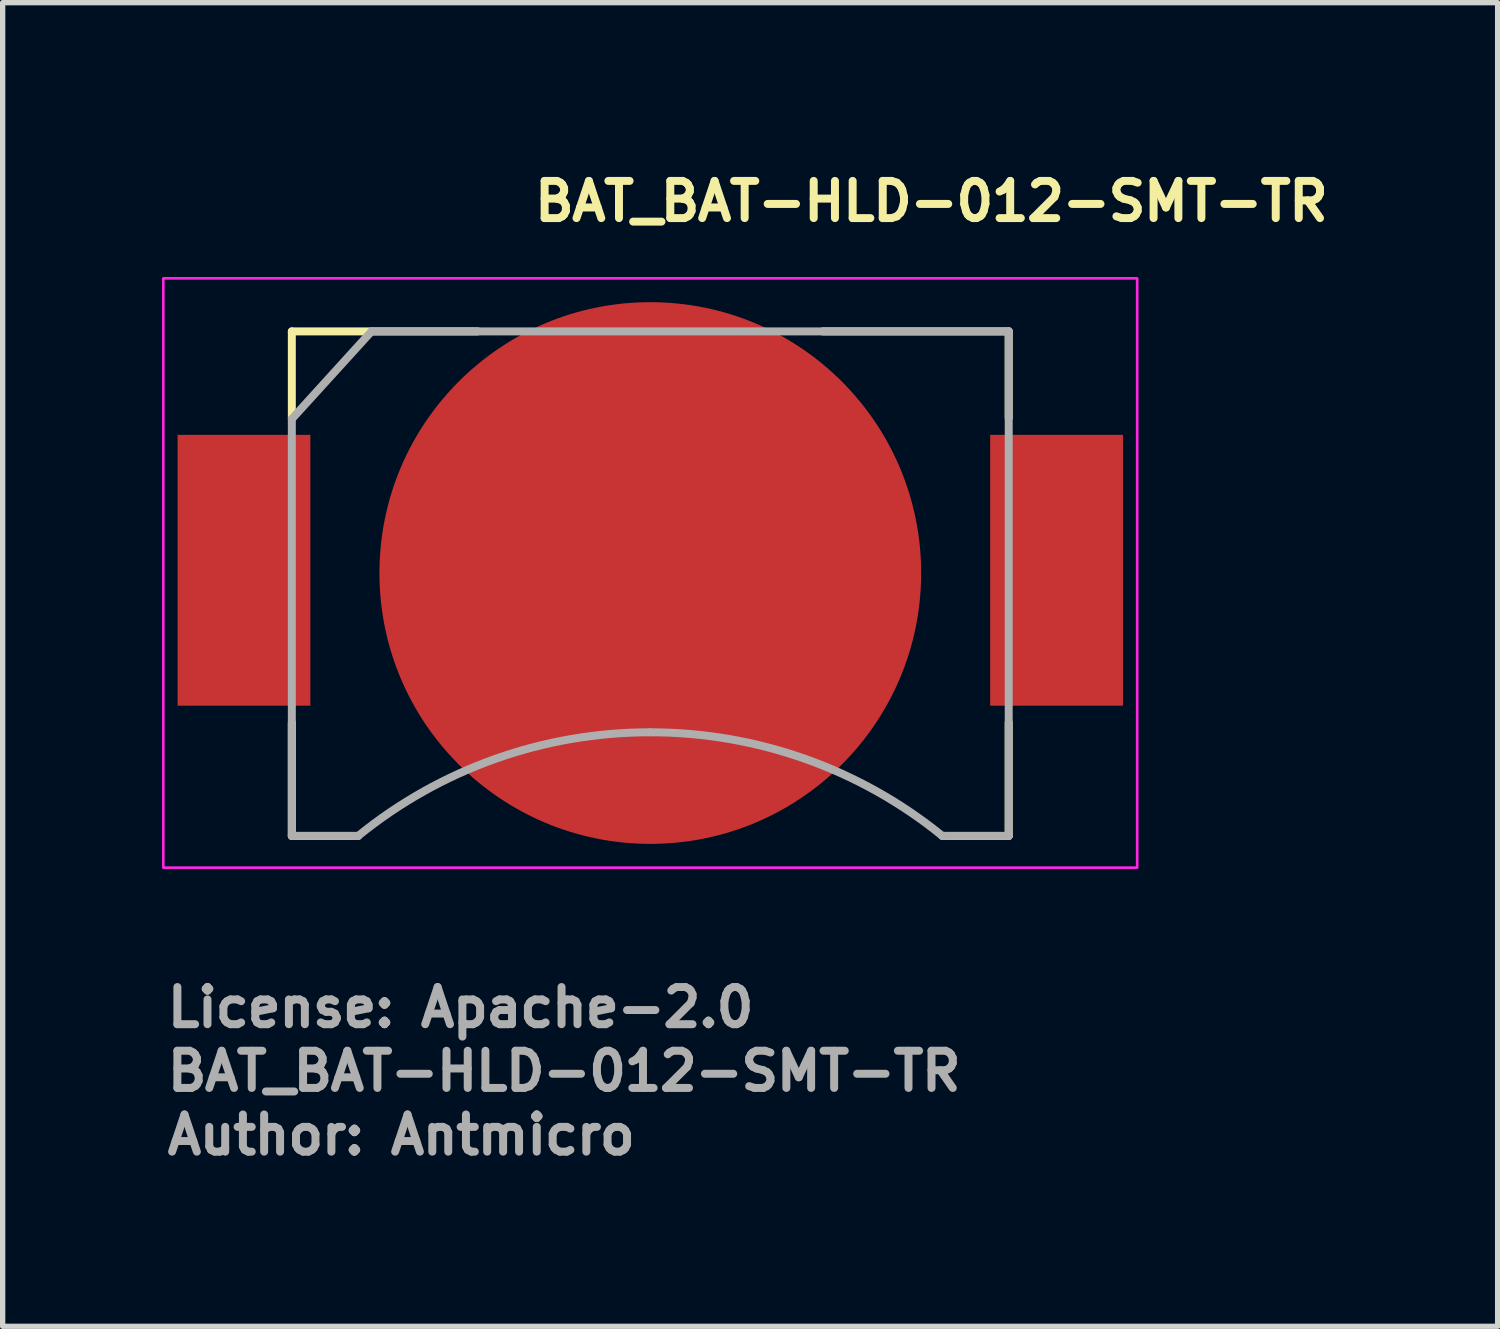
<source format=kicad_pcb>
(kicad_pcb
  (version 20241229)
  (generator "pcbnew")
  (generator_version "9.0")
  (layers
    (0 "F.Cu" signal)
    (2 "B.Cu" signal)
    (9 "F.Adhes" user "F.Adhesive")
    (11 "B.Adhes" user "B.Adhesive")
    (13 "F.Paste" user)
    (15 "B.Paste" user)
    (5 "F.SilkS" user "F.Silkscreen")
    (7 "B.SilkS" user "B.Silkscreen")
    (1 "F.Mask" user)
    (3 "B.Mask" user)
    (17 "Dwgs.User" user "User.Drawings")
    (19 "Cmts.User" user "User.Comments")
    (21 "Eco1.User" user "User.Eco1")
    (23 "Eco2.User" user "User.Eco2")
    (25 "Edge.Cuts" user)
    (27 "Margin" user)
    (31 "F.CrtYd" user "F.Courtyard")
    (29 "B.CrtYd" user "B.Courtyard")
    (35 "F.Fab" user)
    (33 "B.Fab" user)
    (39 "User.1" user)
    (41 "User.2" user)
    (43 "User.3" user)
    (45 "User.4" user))
  (footprint "BAT_BAT-HLD-012-SMT-TR"
    (layer "F.Cu")
    (at 9.195 7.74)
    (property "Reference" "BAT_BAT-HLD-012-SMT-TR" (at -2.255 -6.59 0) (layer "F.SilkS") (effects (font (size 0.7 0.7) (thickness 0.15)) (justify left bottom)))
    (attr smd)
    (fp_line (start -6.75 -4.55) (end -3.25 -4.55) (stroke (width 0.15) (type solid)) (layer "F.SilkS"))
    (fp_line (start -6.75 -2.92) (end -6.75 -4.55) (stroke (width 0.15) (type solid)) (layer "F.SilkS"))
    (fp_line (start -6.75 2.818) (end -6.75 4.95) (stroke (width 0.15) (type solid)) (layer "F.SilkS"))
    (fp_line (start -6.75 4.95) (end -5.5 4.95) (stroke (width 0.15) (type solid)) (layer "F.SilkS"))
    (fp_line (start 3.249 -4.55) (end 6.749 -4.55) (stroke (width 0.15) (type solid)) (layer "F.SilkS"))
    (fp_line (start 5.499 4.95) (end 6.749 4.95) (stroke (width 0.15) (type solid)) (layer "F.SilkS"))
    (fp_line (start 6.749 -4.55) (end 6.749 -2.92) (stroke (width 0.15) (type solid)) (layer "F.SilkS"))
    (fp_line (start 6.749 4.95) (end 6.749 2.818) (stroke (width 0.15) (type solid)) (layer "F.SilkS"))
    (fp_rect (start -9.17 -5.549) (end 9.168 5.548) (stroke (width 0.05) (type solid)) (fill no) (layer "F.CrtYd"))
    (fp_line (start -6.75 -2.9) (end -5.25 -4.55) (stroke (width 0.15) (type solid)) (layer "F.Fab"))
    (fp_line (start -6.75 4.95) (end -6.75 -2.9) (stroke (width 0.15) (type solid)) (layer "F.Fab"))
    (fp_line (start -5.5 4.95) (end -6.75 4.95) (stroke (width 0.15) (type solid)) (layer "F.Fab"))
    (fp_line (start -5.25 -4.55) (end 6.749 -4.55) (stroke (width 0.15) (type solid)) (layer "F.Fab"))
    (fp_line (start 6.749 -4.55) (end 6.749 4.95) (stroke (width 0.15) (type solid)) (layer "F.Fab"))
    (fp_line (start 6.749 4.95) (end 5.499 4.95) (stroke (width 0.15) (type solid)) (layer "F.Fab"))
    (fp_arc (start -5.5 4.95) (mid -2.919 3.5) (end 0 2.999) (stroke (width 0.15) (type solid)) (layer "F.Fab"))
    (fp_arc (start 0 2.999) (mid 2.917 3.5) (end 5.499 4.95) (stroke (width 0.15) (type solid)) (layer "F.Fab"))
    (fp_rect (start -7.62 -4.699) (end 7.618 4.698) (stroke (width 0.1) (type solid)) (fill no) (layer "User.5"))
    (fp_line (start -7.62 -2.668) (end -6.731 -2.668) (stroke (width 0.02) (type solid)) (layer "User.9"))
    (fp_line (start -7.62 -0.635) (end -7.62 -2.668) (stroke (width 0.02) (type solid)) (layer "User.9"))
    (fp_line (start -7.62 -0.635) (end -6.731 -0.635) (stroke (width 0.02) (type solid)) (layer "User.9"))
    (fp_line (start -7.62 0.379) (end -6.731 0.379) (stroke (width 0.02) (type solid)) (layer "User.9"))
    (fp_line (start -7.62 2.411) (end -7.62 0.379) (stroke (width 0.02) (type solid)) (layer "User.9"))
    (fp_line (start -7.62 2.411) (end -6.731 2.411) (stroke (width 0.02) (type solid)) (layer "User.9"))
    (fp_line (start -6.731 -2.957) (end -6.731 -2.956) (stroke (width 0.02) (type solid)) (layer "User.9"))
    (fp_line (start -6.731 -2.956) (end -6.731 -2.953) (stroke (width 0.02) (type solid)) (layer "User.9"))
    (fp_line (start -6.731 -2.953) (end -6.731 2.742) (stroke (width 0.02) (type solid)) (layer "User.9"))
    (fp_line (start -6.731 -0.635) (end -6.731 -2.668) (stroke (width 0.02) (type solid)) (layer "User.9"))
    (fp_line (start -6.731 2.411) (end -6.731 0.379) (stroke (width 0.02) (type solid)) (layer "User.9"))
    (fp_line (start -6.731 2.742) (end -6.478 2.742) (stroke (width 0.02) (type solid)) (layer "User.9"))
    (fp_line (start -6.729 -2.96) (end -6.731 -2.957) (stroke (width 0.02) (type solid)) (layer "User.9"))
    (fp_line (start -6.728 -2.963) (end -6.729 -2.96) (stroke (width 0.02) (type solid)) (layer "User.9"))
    (fp_line (start -6.721 -2.967) (end -6.728 -2.963) (stroke (width 0.02) (type solid)) (layer "User.9"))
    (fp_line (start -6.712 -2.972) (end -6.721 -2.967) (stroke (width 0.02) (type solid)) (layer "User.9"))
    (fp_line (start -6.702 -2.976) (end -6.712 -2.972) (stroke (width 0.02) (type solid)) (layer "User.9"))
    (fp_line (start -6.688 -2.98) (end -6.702 -2.976) (stroke (width 0.02) (type solid)) (layer "User.9"))
    (fp_line (start -6.657 -2.988) (end -6.688 -2.98) (stroke (width 0.02) (type solid)) (layer "User.9"))
    (fp_line (start -6.619 -2.997) (end -6.657 -2.988) (stroke (width 0.02) (type solid)) (layer "User.9"))
    (fp_line (start -6.592 -3.258) (end -6.592 -3.254) (stroke (width 0.02) (type solid)) (layer "User.9"))
    (fp_line (start -6.592 -3.254) (end -6.592 -3.25) (stroke (width 0.02) (type solid)) (layer "User.9"))
    (fp_line (start -6.592 -3.25) (end -6.59 -3.246) (stroke (width 0.02) (type solid)) (layer "User.9"))
    (fp_line (start -6.59 -3.262) (end -6.59 -3.259) (stroke (width 0.02) (type solid)) (layer "User.9"))
    (fp_line (start -6.59 -3.259) (end -6.592 -3.258) (stroke (width 0.02) (type solid)) (layer "User.9"))
    (fp_line (start -6.59 -3.246) (end -6.59 -3.242) (stroke (width 0.02) (type solid)) (layer "User.9"))
    (fp_line (start -6.59 -3.242) (end -6.588 -3.238) (stroke (width 0.02) (type solid)) (layer "User.9"))
    (fp_line (start -6.588 -3.238) (end -6.585 -3.226) (stroke (width 0.02) (type solid)) (layer "User.9"))
    (fp_line (start -6.587 -3.263) (end -6.59 -3.262) (stroke (width 0.02) (type solid)) (layer "User.9"))
    (fp_line (start -6.585 -3.226) (end -6.579 -3.214) (stroke (width 0.02) (type solid)) (layer "User.9"))
    (fp_line (start -6.579 -3.214) (end -6.574 -3.198) (stroke (width 0.02) (type solid)) (layer "User.9"))
    (fp_line (start -6.576 -3.007) (end -6.619 -2.997) (stroke (width 0.02) (type solid)) (layer "User.9"))
    (fp_line (start -6.574 -3.198) (end -6.566 -3.184) (stroke (width 0.02) (type solid)) (layer "User.9"))
    (fp_line (start -6.566 -3.184) (end -6.558 -3.166) (stroke (width 0.02) (type solid)) (layer "User.9"))
    (fp_line (start -6.558 -3.166) (end -6.548 -3.149) (stroke (width 0.02) (type solid)) (layer "User.9"))
    (fp_line (start -6.548 -3.149) (end -6.527 -3.109) (stroke (width 0.02) (type solid)) (layer "User.9"))
    (fp_line (start -6.527 -3.109) (end -6.503 -3.068) (stroke (width 0.02) (type solid)) (layer "User.9"))
    (fp_line (start -6.503 -3.068) (end -6.478 -3.024) (stroke (width 0.02) (type solid)) (layer "User.9"))
    (fp_line (start -6.478 -3.024) (end -6.576 -3.007) (stroke (width 0.02) (type solid)) (layer "User.9"))
    (fp_line (start -6.478 2.742) (end -5.489 3.73) (stroke (width 0.02) (type solid)) (layer "User.9"))
    (fp_line (start -5.489 3.73) (end -5.37 3.843) (stroke (width 0.02) (type solid)) (layer "User.9"))
    (fp_line (start -5.37 3.843) (end -5.247 3.95) (stroke (width 0.02) (type solid)) (layer "User.9"))
    (fp_line (start -5.247 3.95) (end -5.119 4.051) (stroke (width 0.02) (type solid)) (layer "User.9"))
    (fp_line (start -5.119 4.051) (end -4.986 4.144) (stroke (width 0.02) (type solid)) (layer "User.9"))
    (fp_line (start -4.986 4.144) (end -4.85 4.23) (stroke (width 0.02) (type solid)) (layer "User.9"))
    (fp_line (start -4.875 -4.699) (end -6.587 -3.263) (stroke (width 0.02) (type solid)) (layer "User.9"))
    (fp_line (start -4.85 4.23) (end -4.71 4.31) (stroke (width 0.02) (type solid)) (layer "User.9"))
    (fp_line (start -4.712 -4.505) (end -4.875 -4.699) (stroke (width 0.02) (type solid)) (layer "User.9"))
    (fp_line (start -4.71 4.31) (end -4.566 4.381) (stroke (width 0.02) (type solid)) (layer "User.9"))
    (fp_line (start -4.705 -1.988) (end -4.702 -1.919) (stroke (width 0.02) (type solid)) (layer "User.9"))
    (fp_line (start -4.704 -2.057) (end -4.705 -1.988) (stroke (width 0.02) (type solid)) (layer "User.9"))
    (fp_line (start -4.702 -2.126) (end -4.704 -2.057) (stroke (width 0.02) (type solid)) (layer "User.9"))
    (fp_line (start -4.702 -1.919) (end -4.697 -1.849) (stroke (width 0.02) (type solid)) (layer "User.9"))
    (fp_line (start -4.697 -1.849) (end -4.689 -1.78) (stroke (width 0.02) (type solid)) (layer "User.9"))
    (fp_line (start -4.696 -2.195) (end -4.702 -2.126) (stroke (width 0.02) (type solid)) (layer "User.9"))
    (fp_line (start -4.689 -1.78) (end -4.678 -1.71) (stroke (width 0.02) (type solid)) (layer "User.9"))
    (fp_line (start -4.688 -2.265) (end -4.696 -2.195) (stroke (width 0.02) (type solid)) (layer "User.9"))
    (fp_line (start -4.678 -1.71) (end -4.664 -1.641) (stroke (width 0.02) (type solid)) (layer "User.9"))
    (fp_line (start -4.677 -2.331) (end -4.688 -2.265) (stroke (width 0.02) (type solid)) (layer "User.9"))
    (fp_line (start -4.664 -1.641) (end -4.648 -1.573) (stroke (width 0.02) (type solid)) (layer "User.9"))
    (fp_line (start -4.662 -2.399) (end -4.677 -2.331) (stroke (width 0.02) (type solid)) (layer "User.9"))
    (fp_line (start -4.648 -1.573) (end -4.627 -1.504) (stroke (width 0.02) (type solid)) (layer "User.9"))
    (fp_line (start -4.646 -2.467) (end -4.662 -2.399) (stroke (width 0.02) (type solid)) (layer "User.9"))
    (fp_line (start -4.627 -1.504) (end -4.604 -1.436) (stroke (width 0.02) (type solid)) (layer "User.9"))
    (fp_line (start -4.625 -2.532) (end -4.646 -2.467) (stroke (width 0.02) (type solid)) (layer "User.9"))
    (fp_line (start -4.604 -1.436) (end -4.579 -1.369) (stroke (width 0.02) (type solid)) (layer "User.9"))
    (fp_line (start -4.603 -2.597) (end -4.625 -2.532) (stroke (width 0.02) (type solid)) (layer "User.9"))
    (fp_line (start -4.579 -2.661) (end -4.603 -2.597) (stroke (width 0.02) (type solid)) (layer "User.9"))
    (fp_line (start -4.579 -1.369) (end -4.579 2.742) (stroke (width 0.02) (type solid)) (layer "User.9"))
    (fp_line (start -4.579 2.742) (end -4.566 2.742) (stroke (width 0.02) (type solid)) (layer "User.9"))
    (fp_line (start -4.566 -2.016) (end -4.563 -2.121) (stroke (width 0.02) (type solid)) (layer "User.9"))
    (fp_line (start -4.566 -1.327) (end -4.566 -2.016) (stroke (width 0.02) (type solid)) (layer "User.9"))
    (fp_line (start -4.566 2.429) (end -4.566 -1.327) (stroke (width 0.02) (type solid)) (layer "User.9"))
    (fp_line (start -4.566 2.742) (end -4.566 2.429) (stroke (width 0.02) (type solid)) (layer "User.9"))
    (fp_line (start -4.566 4.381) (end -4.419 4.446) (stroke (width 0.02) (type solid)) (layer "User.9"))
    (fp_line (start -4.563 -2.121) (end -4.552 -2.226) (stroke (width 0.02) (type solid)) (layer "User.9"))
    (fp_line (start -4.553 -2.726) (end -4.579 -2.661) (stroke (width 0.02) (type solid)) (layer "User.9"))
    (fp_line (start -4.552 -2.226) (end -4.534 -2.327) (stroke (width 0.02) (type solid)) (layer "User.9"))
    (fp_line (start -4.534 -2.327) (end -4.512 -2.427) (stroke (width 0.02) (type solid)) (layer "User.9"))
    (fp_line (start -4.523 -2.787) (end -4.553 -2.726) (stroke (width 0.02) (type solid)) (layer "User.9"))
    (fp_line (start -4.512 -2.427) (end -4.481 -2.525) (stroke (width 0.02) (type solid)) (layer "User.9"))
    (fp_line (start -4.491 -2.848) (end -4.523 -2.787) (stroke (width 0.02) (type solid)) (layer "User.9"))
    (fp_line (start -4.481 -2.525) (end -4.446 -2.621) (stroke (width 0.02) (type solid)) (layer "User.9"))
    (fp_line (start -4.455 -2.908) (end -4.491 -2.848) (stroke (width 0.02) (type solid)) (layer "User.9"))
    (fp_line (start -4.446 -2.621) (end -4.403 -2.714) (stroke (width 0.02) (type solid)) (layer "User.9"))
    (fp_line (start -4.419 4.446) (end -4.268 4.504) (stroke (width 0.02) (type solid)) (layer "User.9"))
    (fp_line (start -4.417 -2.967) (end -4.455 -2.908) (stroke (width 0.02) (type solid)) (layer "User.9"))
    (fp_line (start -4.403 -2.714) (end -4.355 -2.803) (stroke (width 0.02) (type solid)) (layer "User.9"))
    (fp_line (start -4.379 -3.024) (end -4.417 -2.967) (stroke (width 0.02) (type solid)) (layer "User.9"))
    (fp_line (start -4.355 -2.803) (end -4.3 -2.891) (stroke (width 0.02) (type solid)) (layer "User.9"))
    (fp_line (start -4.335 -3.08) (end -4.379 -3.024) (stroke (width 0.02) (type solid)) (layer "User.9"))
    (fp_line (start -4.3 -2.891) (end -4.241 -2.973) (stroke (width 0.02) (type solid)) (layer "User.9"))
    (fp_line (start -4.292 -3.134) (end -4.335 -3.08) (stroke (width 0.02) (type solid)) (layer "User.9"))
    (fp_line (start -4.268 4.504) (end -4.114 4.555) (stroke (width 0.02) (type solid)) (layer "User.9"))
    (fp_line (start -4.244 -3.186) (end -4.292 -3.134) (stroke (width 0.02) (type solid)) (layer "User.9"))
    (fp_line (start -4.241 -2.973) (end -4.177 -3.052) (stroke (width 0.02) (type solid)) (layer "User.9"))
    (fp_line (start -4.194 -3.238) (end -4.244 -3.186) (stroke (width 0.02) (type solid)) (layer "User.9"))
    (fp_line (start -4.177 -3.052) (end -4.106 -3.128) (stroke (width 0.02) (type solid)) (layer "User.9"))
    (fp_line (start -4.143 -3.286) (end -4.194 -3.238) (stroke (width 0.02) (type solid)) (layer "User.9"))
    (fp_line (start -4.114 4.555) (end -3.959 4.599) (stroke (width 0.02) (type solid)) (layer "User.9"))
    (fp_line (start -4.106 -3.128) (end -4.031 -3.198) (stroke (width 0.02) (type solid)) (layer "User.9"))
    (fp_line (start -4.088 -3.334) (end -4.143 -3.286) (stroke (width 0.02) (type solid)) (layer "User.9"))
    (fp_line (start -4.032 -3.379) (end -4.088 -3.334) (stroke (width 0.02) (type solid)) (layer "User.9"))
    (fp_line (start -4.032 -3.379) (end -4.032 -3.379) (stroke (width 0.02) (type solid)) (layer "User.9"))
    (fp_line (start -4.031 -3.198) (end -3.952 -3.263) (stroke (width 0.02) (type solid)) (layer "User.9"))
    (fp_line (start -3.973 -3.422) (end -4.032 -3.379) (stroke (width 0.02) (type solid)) (layer "User.9"))
    (fp_line (start -3.959 4.599) (end -3.802 4.634) (stroke (width 0.02) (type solid)) (layer "User.9"))
    (fp_line (start -3.952 -3.263) (end -3.867 -3.325) (stroke (width 0.02) (type solid)) (layer "User.9"))
    (fp_line (start -3.915 -3.461) (end -3.973 -3.422) (stroke (width 0.02) (type solid)) (layer "User.9"))
    (fp_line (start -3.867 -3.325) (end -3.778 -3.38) (stroke (width 0.02) (type solid)) (layer "User.9"))
    (fp_line (start -3.854 -3.499) (end -3.915 -3.461) (stroke (width 0.02) (type solid)) (layer "User.9"))
    (fp_line (start -3.802 4.634) (end -3.642 4.661) (stroke (width 0.02) (type solid)) (layer "User.9"))
    (fp_line (start -3.791 -3.532) (end -3.854 -3.499) (stroke (width 0.02) (type solid)) (layer "User.9"))
    (fp_line (start -3.778 -3.38) (end -3.778 -3.38) (stroke (width 0.02) (type solid)) (layer "User.9"))
    (fp_line (start -3.778 -3.38) (end -3.685 -3.43) (stroke (width 0.02) (type solid)) (layer "User.9"))
    (fp_line (start -3.685 -3.43) (end -3.59 -3.472) (stroke (width 0.02) (type solid)) (layer "User.9"))
    (fp_line (start -3.665 -3.593) (end -3.791 -3.532) (stroke (width 0.02) (type solid)) (layer "User.9"))
    (fp_line (start -3.642 4.661) (end -3.48 4.682) (stroke (width 0.02) (type solid)) (layer "User.9"))
    (fp_line (start -3.59 -3.472) (end -3.493 -3.508) (stroke (width 0.02) (type solid)) (layer "User.9"))
    (fp_line (start -3.533 -3.642) (end -3.665 -3.593) (stroke (width 0.02) (type solid)) (layer "User.9"))
    (fp_line (start -3.493 -3.508) (end -3.395 -3.539) (stroke (width 0.02) (type solid)) (layer "User.9"))
    (fp_line (start -3.48 4.682) (end -3.318 4.693) (stroke (width 0.02) (type solid)) (layer "User.9"))
    (fp_line (start -3.4 -3.681) (end -3.533 -3.642) (stroke (width 0.02) (type solid)) (layer "User.9"))
    (fp_line (start -3.395 -3.539) (end -3.295 -3.561) (stroke (width 0.02) (type solid)) (layer "User.9"))
    (fp_line (start -3.318 4.693) (end -3.154 4.698) (stroke (width 0.02) (type solid)) (layer "User.9"))
    (fp_line (start -3.295 -3.561) (end -3.194 -3.579) (stroke (width 0.02) (type solid)) (layer "User.9"))
    (fp_line (start -3.266 -3.709) (end -3.4 -3.681) (stroke (width 0.02) (type solid)) (layer "User.9"))
    (fp_line (start -3.194 -3.579) (end -3.093 -3.588) (stroke (width 0.02) (type solid)) (layer "User.9"))
    (fp_line (start -3.154 4.698) (end -3.06 4.696) (stroke (width 0.02) (type solid)) (layer "User.9"))
    (fp_line (start -3.129 -3.726) (end -3.266 -3.709) (stroke (width 0.02) (type solid)) (layer "User.9"))
    (fp_line (start -3.093 -3.588) (end -2.991 -3.592) (stroke (width 0.02) (type solid)) (layer "User.9"))
    (fp_line (start -3.06 4.696) (end -2.964 4.693) (stroke (width 0.02) (type solid)) (layer "User.9"))
    (fp_line (start -2.991 -3.73) (end -3.129 -3.726) (stroke (width 0.02) (type solid)) (layer "User.9"))
    (fp_line (start -2.991 -3.592) (end -2.888 -3.588) (stroke (width 0.02) (type solid)) (layer "User.9"))
    (fp_line (start -2.964 4.693) (end -2.87 4.685) (stroke (width 0.02) (type solid)) (layer "User.9"))
    (fp_line (start -2.888 -3.588) (end -2.787 -3.579) (stroke (width 0.02) (type solid)) (layer "User.9"))
    (fp_line (start -2.87 4.685) (end -2.775 4.677) (stroke (width 0.02) (type solid)) (layer "User.9"))
    (fp_line (start -2.854 -3.726) (end -2.991 -3.73) (stroke (width 0.02) (type solid)) (layer "User.9"))
    (fp_line (start -2.787 -3.579) (end -2.686 -3.561) (stroke (width 0.02) (type solid)) (layer "User.9"))
    (fp_line (start -2.775 4.677) (end -2.681 4.663) (stroke (width 0.02) (type solid)) (layer "User.9"))
    (fp_line (start -2.717 -3.709) (end -2.854 -3.726) (stroke (width 0.02) (type solid)) (layer "User.9"))
    (fp_line (start -2.686 -3.561) (end -2.586 -3.539) (stroke (width 0.02) (type solid)) (layer "User.9"))
    (fp_line (start -2.681 4.663) (end -2.589 4.65) (stroke (width 0.02) (type solid)) (layer "User.9"))
    (fp_line (start -2.589 4.65) (end -2.496 4.631) (stroke (width 0.02) (type solid)) (layer "User.9"))
    (fp_line (start -2.586 -3.539) (end -2.488 -3.508) (stroke (width 0.02) (type solid)) (layer "User.9"))
    (fp_line (start -2.581 -3.681) (end -2.717 -3.709) (stroke (width 0.02) (type solid)) (layer "User.9"))
    (fp_line (start -2.496 4.631) (end -2.403 4.612) (stroke (width 0.02) (type solid)) (layer "User.9"))
    (fp_line (start -2.488 -3.508) (end -2.391 -3.472) (stroke (width 0.02) (type solid)) (layer "User.9"))
    (fp_line (start -2.448 -3.642) (end -2.581 -3.681) (stroke (width 0.02) (type solid)) (layer "User.9"))
    (fp_line (start -2.403 4.612) (end -2.311 4.589) (stroke (width 0.02) (type solid)) (layer "User.9"))
    (fp_line (start -2.391 -3.472) (end -2.297 -3.43) (stroke (width 0.02) (type solid)) (layer "User.9"))
    (fp_line (start -2.318 -3.593) (end -2.448 -3.642) (stroke (width 0.02) (type solid)) (layer "User.9"))
    (fp_line (start -2.311 4.589) (end -2.219 4.562) (stroke (width 0.02) (type solid)) (layer "User.9"))
    (fp_line (start -2.297 -3.43) (end -2.203 -3.38) (stroke (width 0.02) (type solid)) (layer "User.9"))
    (fp_line (start -2.219 4.562) (end -2.129 4.535) (stroke (width 0.02) (type solid)) (layer "User.9"))
    (fp_line (start -2.203 -3.38) (end -2.203 -3.38) (stroke (width 0.02) (type solid)) (layer "User.9"))
    (fp_line (start -2.203 -3.38) (end -2.158 -3.354) (stroke (width 0.02) (type solid)) (layer "User.9"))
    (fp_line (start -2.19 -3.532) (end -2.318 -3.593) (stroke (width 0.02) (type solid)) (layer "User.9"))
    (fp_line (start -2.158 -3.354) (end -2.114 -3.325) (stroke (width 0.02) (type solid)) (layer "User.9"))
    (fp_line (start -2.129 -3.499) (end -2.19 -3.532) (stroke (width 0.02) (type solid)) (layer "User.9"))
    (fp_line (start -2.129 4.535) (end -2.04 4.504) (stroke (width 0.02) (type solid)) (layer "User.9"))
    (fp_line (start -2.114 -3.325) (end -2.072 -3.294) (stroke (width 0.02) (type solid)) (layer "User.9"))
    (fp_line (start -2.072 -3.294) (end -2.029 -3.263) (stroke (width 0.02) (type solid)) (layer "User.9"))
    (fp_line (start -2.068 -3.461) (end -2.129 -3.499) (stroke (width 0.02) (type solid)) (layer "User.9"))
    (fp_line (start -2.04 4.504) (end -1.95 4.47) (stroke (width 0.02) (type solid)) (layer "User.9"))
    (fp_line (start -2.029 -3.263) (end -1.99 -3.231) (stroke (width 0.02) (type solid)) (layer "User.9"))
    (fp_line (start -2.008 -3.422) (end -2.068 -3.461) (stroke (width 0.02) (type solid)) (layer "User.9"))
    (fp_line (start -1.99 -3.231) (end -1.95 -3.198) (stroke (width 0.02) (type solid)) (layer "User.9"))
    (fp_line (start -1.95 -3.379) (end -2.008 -3.422) (stroke (width 0.02) (type solid)) (layer "User.9"))
    (fp_line (start -1.95 -3.379) (end -1.95 -3.379) (stroke (width 0.02) (type solid)) (layer "User.9"))
    (fp_line (start -1.95 -3.198) (end -1.911 -3.164) (stroke (width 0.02) (type solid)) (layer "User.9"))
    (fp_line (start -1.95 4.47) (end -1.863 4.435) (stroke (width 0.02) (type solid)) (layer "User.9"))
    (fp_line (start -1.911 -3.164) (end -1.875 -3.128) (stroke (width 0.02) (type solid)) (layer "User.9"))
    (fp_line (start -1.875 -3.128) (end -1.839 -3.09) (stroke (width 0.02) (type solid)) (layer "User.9"))
    (fp_line (start -1.863 4.435) (end -1.776 4.397) (stroke (width 0.02) (type solid)) (layer "User.9"))
    (fp_line (start -1.839 -3.286) (end -1.95 -3.379) (stroke (width 0.02) (type solid)) (layer "User.9"))
    (fp_line (start -1.839 -3.09) (end -1.805 -3.052) (stroke (width 0.02) (type solid)) (layer "User.9"))
    (fp_line (start -1.805 -3.052) (end -1.772 -3.013) (stroke (width 0.02) (type solid)) (layer "User.9"))
    (fp_line (start -1.776 4.397) (end -1.69 4.355) (stroke (width 0.02) (type solid)) (layer "User.9"))
    (fp_line (start -1.772 -3.013) (end -1.74 -2.973) (stroke (width 0.02) (type solid)) (layer "User.9"))
    (fp_line (start -1.74 -2.973) (end -1.71 -2.932) (stroke (width 0.02) (type solid)) (layer "User.9"))
    (fp_line (start -1.738 -3.186) (end -1.839 -3.286) (stroke (width 0.02) (type solid)) (layer "User.9"))
    (fp_line (start -1.71 -2.932) (end -1.68 -2.891) (stroke (width 0.02) (type solid)) (layer "User.9"))
    (fp_line (start -1.69 4.355) (end -1.488 4.264) (stroke (width 0.02) (type solid)) (layer "User.9"))
    (fp_line (start -1.68 -2.891) (end -1.653 -2.847) (stroke (width 0.02) (type solid)) (layer "User.9"))
    (fp_line (start -1.653 -2.847) (end -1.627 -2.803) (stroke (width 0.02) (type solid)) (layer "User.9"))
    (fp_line (start -1.645 -3.08) (end -1.738 -3.186) (stroke (width 0.02) (type solid)) (layer "User.9"))
    (fp_line (start -1.627 -2.803) (end -1.603 -2.759) (stroke (width 0.02) (type solid)) (layer "User.9"))
    (fp_line (start -1.603 -2.759) (end -1.579 -2.714) (stroke (width 0.02) (type solid)) (layer "User.9"))
    (fp_line (start -1.579 -2.714) (end -1.557 -2.668) (stroke (width 0.02) (type solid)) (layer "User.9"))
    (fp_line (start -1.563 -2.967) (end -1.645 -3.08) (stroke (width 0.02) (type solid)) (layer "User.9"))
    (fp_line (start -1.557 -2.668) (end -1.536 -2.621) (stroke (width 0.02) (type solid)) (layer "User.9"))
    (fp_line (start -1.536 -2.621) (end -1.518 -2.573) (stroke (width 0.02) (type solid)) (layer "User.9"))
    (fp_line (start -1.518 -2.573) (end -1.5 -2.525) (stroke (width 0.02) (type solid)) (layer "User.9"))
    (fp_line (start -1.5 -2.525) (end -1.484 -2.476) (stroke (width 0.02) (type solid)) (layer "User.9"))
    (fp_line (start -1.492 -2.848) (end -1.563 -2.967) (stroke (width 0.02) (type solid)) (layer "User.9"))
    (fp_line (start -1.488 4.264) (end -1.283 4.182) (stroke (width 0.02) (type solid)) (layer "User.9"))
    (fp_line (start -1.484 -2.476) (end -1.47 -2.427) (stroke (width 0.02) (type solid)) (layer "User.9"))
    (fp_line (start -1.47 -2.427) (end -1.458 -2.378) (stroke (width 0.02) (type solid)) (layer "User.9"))
    (fp_line (start -1.458 -2.378) (end -1.446 -2.327) (stroke (width 0.02) (type solid)) (layer "User.9"))
    (fp_line (start -1.446 -2.327) (end -1.438 -2.277) (stroke (width 0.02) (type solid)) (layer "User.9"))
    (fp_line (start -1.438 -2.277) (end -1.43 -2.226) (stroke (width 0.02) (type solid)) (layer "User.9"))
    (fp_line (start -1.43 -2.726) (end -1.492 -2.848) (stroke (width 0.02) (type solid)) (layer "User.9"))
    (fp_line (start -1.43 -2.226) (end -1.424 -2.173) (stroke (width 0.02) (type solid)) (layer "User.9"))
    (fp_line (start -1.424 -2.173) (end -1.42 -2.121) (stroke (width 0.02) (type solid)) (layer "User.9"))
    (fp_line (start -1.42 -2.121) (end -1.416 -2.069) (stroke (width 0.02) (type solid)) (layer "User.9"))
    (fp_line (start -1.416 -2.069) (end -1.416 -2.016) (stroke (width 0.02) (type solid)) (layer "User.9"))
    (fp_line (start -1.416 -1.327) (end -4.566 -1.327) (stroke (width 0.02) (type solid)) (layer "User.9"))
    (fp_line (start -1.416 -1.327) (end -1.416 -2.016) (stroke (width 0.02) (type solid)) (layer "User.9"))
    (fp_line (start -1.416 2.429) (end -1.416 -1.327) (stroke (width 0.02) (type solid)) (layer "User.9"))
    (fp_line (start -1.416 2.742) (end -1.416 2.429) (stroke (width 0.02) (type solid)) (layer "User.9"))
    (fp_line (start -1.416 2.742) (end -1.403 2.742) (stroke (width 0.02) (type solid)) (layer "User.9"))
    (fp_line (start -1.403 -1.369) (end -1.355 -1.504) (stroke (width 0.02) (type solid)) (layer "User.9"))
    (fp_line (start -1.403 2.742) (end -1.403 -1.369) (stroke (width 0.02) (type solid)) (layer "User.9"))
    (fp_line (start -1.377 -2.597) (end -1.43 -2.726) (stroke (width 0.02) (type solid)) (layer "User.9"))
    (fp_line (start -1.355 -1.504) (end -1.317 -1.641) (stroke (width 0.02) (type solid)) (layer "User.9"))
    (fp_line (start -1.337 -2.467) (end -1.377 -2.597) (stroke (width 0.02) (type solid)) (layer "User.9"))
    (fp_line (start -1.317 -1.641) (end -1.293 -1.78) (stroke (width 0.02) (type solid)) (layer "User.9"))
    (fp_line (start -1.305 -2.331) (end -1.337 -2.467) (stroke (width 0.02) (type solid)) (layer "User.9"))
    (fp_line (start -1.293 -1.78) (end -1.28 -1.919) (stroke (width 0.02) (type solid)) (layer "User.9"))
    (fp_line (start -1.285 -2.195) (end -1.305 -2.331) (stroke (width 0.02) (type solid)) (layer "User.9"))
    (fp_line (start -1.283 4.182) (end -1.075 4.115) (stroke (width 0.02) (type solid)) (layer "User.9"))
    (fp_line (start -1.28 -1.919) (end -1.276 -2.057) (stroke (width 0.02) (type solid)) (layer "User.9"))
    (fp_line (start -1.276 -2.057) (end -1.285 -2.195) (stroke (width 0.02) (type solid)) (layer "User.9"))
    (fp_line (start -1.075 4.115) (end -0.862 4.06) (stroke (width 0.02) (type solid)) (layer "User.9"))
    (fp_line (start -0.862 4.06) (end -0.65 4.017) (stroke (width 0.02) (type solid)) (layer "User.9"))
    (fp_line (start -0.65 4.017) (end -0.434 3.986) (stroke (width 0.02) (type solid)) (layer "User.9"))
    (fp_line (start -0.434 3.986) (end -0.217 3.966) (stroke (width 0.02) (type solid)) (layer "User.9"))
    (fp_line (start -0.217 3.966) (end 0 3.961) (stroke (width 0.02) (type solid)) (layer "User.9"))
    (fp_line (start 0 3.961) (end 0.215 3.966) (stroke (width 0.02) (type solid)) (layer "User.9"))
    (fp_line (start 0.215 3.966) (end 0.432 3.986) (stroke (width 0.02) (type solid)) (layer "User.9"))
    (fp_line (start 0.432 3.986) (end 0.648 4.017) (stroke (width 0.02) (type solid)) (layer "User.9"))
    (fp_line (start 0.648 4.017) (end 0.86 4.06) (stroke (width 0.02) (type solid)) (layer "User.9"))
    (fp_line (start 0.86 4.06) (end 1.072 4.115) (stroke (width 0.02) (type solid)) (layer "User.9"))
    (fp_line (start 1.072 4.115) (end 1.282 4.182) (stroke (width 0.02) (type solid)) (layer "User.9"))
    (fp_line (start 1.275 -2.057) (end 1.284 -2.195) (stroke (width 0.02) (type solid)) (layer "User.9"))
    (fp_line (start 1.277 -1.919) (end 1.275 -2.057) (stroke (width 0.02) (type solid)) (layer "User.9"))
    (fp_line (start 1.282 4.182) (end 1.487 4.264) (stroke (width 0.02) (type solid)) (layer "User.9"))
    (fp_line (start 1.284 -2.195) (end 1.304 -2.331) (stroke (width 0.02) (type solid)) (layer "User.9"))
    (fp_line (start 1.29 -1.78) (end 1.277 -1.919) (stroke (width 0.02) (type solid)) (layer "User.9"))
    (fp_line (start 1.304 -2.331) (end 1.334 -2.467) (stroke (width 0.02) (type solid)) (layer "User.9"))
    (fp_line (start 1.316 -1.641) (end 1.29 -1.78) (stroke (width 0.02) (type solid)) (layer "User.9"))
    (fp_line (start 1.334 -2.467) (end 1.376 -2.597) (stroke (width 0.02) (type solid)) (layer "User.9"))
    (fp_line (start 1.352 -1.504) (end 1.316 -1.641) (stroke (width 0.02) (type solid)) (layer "User.9"))
    (fp_line (start 1.376 -2.597) (end 1.427 -2.726) (stroke (width 0.02) (type solid)) (layer "User.9"))
    (fp_line (start 1.402 -1.369) (end 1.352 -1.504) (stroke (width 0.02) (type solid)) (layer "User.9"))
    (fp_line (start 1.402 2.742) (end 1.402 -1.369) (stroke (width 0.02) (type solid)) (layer "User.9"))
    (fp_line (start 1.415 -2.069) (end 1.415 -2.016) (stroke (width 0.02) (type solid)) (layer "User.9"))
    (fp_line (start 1.415 -1.327) (end 1.415 -2.016) (stroke (width 0.02) (type solid)) (layer "User.9"))
    (fp_line (start 1.415 -1.327) (end 4.563 -1.327) (stroke (width 0.02) (type solid)) (layer "User.9"))
    (fp_line (start 1.415 2.429) (end 1.415 -1.327) (stroke (width 0.02) (type solid)) (layer "User.9"))
    (fp_line (start 1.415 2.742) (end 1.402 2.742) (stroke (width 0.02) (type solid)) (layer "User.9"))
    (fp_line (start 1.415 2.742) (end 1.415 2.429) (stroke (width 0.02) (type solid)) (layer "User.9"))
    (fp_line (start 1.417 -2.121) (end 1.415 -2.069) (stroke (width 0.02) (type solid)) (layer "User.9"))
    (fp_line (start 1.421 -2.173) (end 1.417 -2.121) (stroke (width 0.02) (type solid)) (layer "User.9"))
    (fp_line (start 1.427 -2.726) (end 1.489 -2.848) (stroke (width 0.02) (type solid)) (layer "User.9"))
    (fp_line (start 1.427 -2.226) (end 1.421 -2.173) (stroke (width 0.02) (type solid)) (layer "User.9"))
    (fp_line (start 1.435 -2.277) (end 1.427 -2.226) (stroke (width 0.02) (type solid)) (layer "User.9"))
    (fp_line (start 1.445 -2.327) (end 1.435 -2.277) (stroke (width 0.02) (type solid)) (layer "User.9"))
    (fp_line (start 1.455 -2.378) (end 1.445 -2.327) (stroke (width 0.02) (type solid)) (layer "User.9"))
    (fp_line (start 1.469 -2.427) (end 1.455 -2.378) (stroke (width 0.02) (type solid)) (layer "User.9"))
    (fp_line (start 1.483 -2.476) (end 1.469 -2.427) (stroke (width 0.02) (type solid)) (layer "User.9"))
    (fp_line (start 1.487 4.264) (end 1.689 4.355) (stroke (width 0.02) (type solid)) (layer "User.9"))
    (fp_line (start 1.489 -2.848) (end 1.562 -2.967) (stroke (width 0.02) (type solid)) (layer "User.9"))
    (fp_line (start 1.499 -2.525) (end 1.483 -2.476) (stroke (width 0.02) (type solid)) (layer "User.9"))
    (fp_line (start 1.515 -2.573) (end 1.499 -2.525) (stroke (width 0.02) (type solid)) (layer "User.9"))
    (fp_line (start 1.535 -2.621) (end 1.515 -2.573) (stroke (width 0.02) (type solid)) (layer "User.9"))
    (fp_line (start 1.556 -2.668) (end 1.535 -2.621) (stroke (width 0.02) (type solid)) (layer "User.9"))
    (fp_line (start 1.562 -2.967) (end 1.644 -3.08) (stroke (width 0.02) (type solid)) (layer "User.9"))
    (fp_line (start 1.576 -2.714) (end 1.556 -2.668) (stroke (width 0.02) (type solid)) (layer "User.9"))
    (fp_line (start 1.6 -2.759) (end 1.576 -2.714) (stroke (width 0.02) (type solid)) (layer "User.9"))
    (fp_line (start 1.626 -2.803) (end 1.6 -2.759) (stroke (width 0.02) (type solid)) (layer "User.9"))
    (fp_line (start 1.644 -3.08) (end 1.735 -3.186) (stroke (width 0.02) (type solid)) (layer "User.9"))
    (fp_line (start 1.652 -2.847) (end 1.626 -2.803) (stroke (width 0.02) (type solid)) (layer "User.9"))
    (fp_line (start 1.679 -2.891) (end 1.652 -2.847) (stroke (width 0.02) (type solid)) (layer "User.9"))
    (fp_line (start 1.707 -2.932) (end 1.679 -2.891) (stroke (width 0.02) (type solid)) (layer "User.9"))
    (fp_line (start 1.735 -3.186) (end 1.836 -3.286) (stroke (width 0.02) (type solid)) (layer "User.9"))
    (fp_line (start 1.739 -2.973) (end 1.707 -2.932) (stroke (width 0.02) (type solid)) (layer "User.9"))
    (fp_line (start 1.769 -3.013) (end 1.739 -2.973) (stroke (width 0.02) (type solid)) (layer "User.9"))
    (fp_line (start 1.775 4.397) (end 1.689 4.355) (stroke (width 0.02) (type solid)) (layer "User.9"))
    (fp_line (start 1.802 -3.052) (end 1.769 -3.013) (stroke (width 0.02) (type solid)) (layer "User.9"))
    (fp_line (start 1.836 -3.286) (end 1.947 -3.379) (stroke (width 0.02) (type solid)) (layer "User.9"))
    (fp_line (start 1.838 -3.09) (end 1.802 -3.052) (stroke (width 0.02) (type solid)) (layer "User.9"))
    (fp_line (start 1.862 4.435) (end 1.775 4.397) (stroke (width 0.02) (type solid)) (layer "User.9"))
    (fp_line (start 1.872 -3.128) (end 1.838 -3.09) (stroke (width 0.02) (type solid)) (layer "User.9"))
    (fp_line (start 1.91 -3.164) (end 1.872 -3.128) (stroke (width 0.02) (type solid)) (layer "User.9"))
    (fp_line (start 1.947 -3.379) (end 1.947 -3.379) (stroke (width 0.02) (type solid)) (layer "User.9"))
    (fp_line (start 1.947 -3.379) (end 2.006 -3.422) (stroke (width 0.02) (type solid)) (layer "User.9"))
    (fp_line (start 1.947 -3.198) (end 1.91 -3.164) (stroke (width 0.02) (type solid)) (layer "User.9"))
    (fp_line (start 1.949 4.47) (end 1.862 4.435) (stroke (width 0.02) (type solid)) (layer "User.9"))
    (fp_line (start 1.987 -3.231) (end 1.947 -3.198) (stroke (width 0.02) (type solid)) (layer "User.9"))
    (fp_line (start 2.006 -3.422) (end 2.065 -3.461) (stroke (width 0.02) (type solid)) (layer "User.9"))
    (fp_line (start 2.027 -3.263) (end 1.987 -3.231) (stroke (width 0.02) (type solid)) (layer "User.9"))
    (fp_line (start 2.038 4.504) (end 1.949 4.47) (stroke (width 0.02) (type solid)) (layer "User.9"))
    (fp_line (start 2.065 -3.461) (end 2.127 -3.499) (stroke (width 0.02) (type solid)) (layer "User.9"))
    (fp_line (start 2.069 -3.294) (end 2.027 -3.263) (stroke (width 0.02) (type solid)) (layer "User.9"))
    (fp_line (start 2.112 -3.325) (end 2.069 -3.294) (stroke (width 0.02) (type solid)) (layer "User.9"))
    (fp_line (start 2.127 -3.499) (end 2.189 -3.532) (stroke (width 0.02) (type solid)) (layer "User.9"))
    (fp_line (start 2.128 4.535) (end 2.038 4.504) (stroke (width 0.02) (type solid)) (layer "User.9"))
    (fp_line (start 2.156 -3.354) (end 2.112 -3.325) (stroke (width 0.02) (type solid)) (layer "User.9"))
    (fp_line (start 2.189 -3.532) (end 2.315 -3.593) (stroke (width 0.02) (type solid)) (layer "User.9"))
    (fp_line (start 2.201 -3.38) (end 2.156 -3.354) (stroke (width 0.02) (type solid)) (layer "User.9"))
    (fp_line (start 2.201 -3.38) (end 2.201 -3.38) (stroke (width 0.02) (type solid)) (layer "User.9"))
    (fp_line (start 2.217 4.562) (end 2.128 4.535) (stroke (width 0.02) (type solid)) (layer "User.9"))
    (fp_line (start 2.294 -3.43) (end 2.201 -3.38) (stroke (width 0.02) (type solid)) (layer "User.9"))
    (fp_line (start 2.309 4.589) (end 2.217 4.562) (stroke (width 0.02) (type solid)) (layer "User.9"))
    (fp_line (start 2.315 -3.593) (end 2.446 -3.642) (stroke (width 0.02) (type solid)) (layer "User.9"))
    (fp_line (start 2.39 -3.472) (end 2.294 -3.43) (stroke (width 0.02) (type solid)) (layer "User.9"))
    (fp_line (start 2.401 4.612) (end 2.309 4.589) (stroke (width 0.02) (type solid)) (layer "User.9"))
    (fp_line (start 2.446 -3.642) (end 2.58 -3.681) (stroke (width 0.02) (type solid)) (layer "User.9"))
    (fp_line (start 2.48 -2.105) (end 2.48 -1.928) (stroke (width 0.02) (type solid)) (layer "User.9"))
    (fp_line (start 2.48 -1.928) (end 2.899 -1.928) (stroke (width 0.02) (type solid)) (layer "User.9"))
    (fp_line (start 2.486 -3.508) (end 2.39 -3.472) (stroke (width 0.02) (type solid)) (layer "User.9"))
    (fp_line (start 2.494 4.631) (end 2.401 4.612) (stroke (width 0.02) (type solid)) (layer "User.9"))
    (fp_line (start 2.58 -3.681) (end 2.714 -3.709) (stroke (width 0.02) (type solid)) (layer "User.9"))
    (fp_line (start 2.584 -3.539) (end 2.486 -3.508) (stroke (width 0.02) (type solid)) (layer "User.9"))
    (fp_line (start 2.587 4.65) (end 2.494 4.631) (stroke (width 0.02) (type solid)) (layer "User.9"))
    (fp_line (start 2.68 4.663) (end 2.587 4.65) (stroke (width 0.02) (type solid)) (layer "User.9"))
    (fp_line (start 2.684 -3.561) (end 2.584 -3.539) (stroke (width 0.02) (type solid)) (layer "User.9"))
    (fp_line (start 2.714 -3.709) (end 2.851 -3.726) (stroke (width 0.02) (type solid)) (layer "User.9"))
    (fp_line (start 2.773 4.677) (end 2.68 4.663) (stroke (width 0.02) (type solid)) (layer "User.9"))
    (fp_line (start 2.785 -3.579) (end 2.684 -3.561) (stroke (width 0.02) (type solid)) (layer "User.9"))
    (fp_line (start 2.851 -3.726) (end 2.988 -3.73) (stroke (width 0.02) (type solid)) (layer "User.9"))
    (fp_line (start 2.867 4.685) (end 2.773 4.677) (stroke (width 0.02) (type solid)) (layer "User.9"))
    (fp_line (start 2.886 -3.588) (end 2.785 -3.579) (stroke (width 0.02) (type solid)) (layer "User.9"))
    (fp_line (start 2.899 -2.524) (end 2.899 -2.105) (stroke (width 0.02) (type solid)) (layer "User.9"))
    (fp_line (start 2.899 -2.105) (end 2.48 -2.105) (stroke (width 0.02) (type solid)) (layer "User.9"))
    (fp_line (start 2.899 -1.928) (end 2.899 -1.508) (stroke (width 0.02) (type solid)) (layer "User.9"))
    (fp_line (start 2.899 -1.508) (end 3.077 -1.508) (stroke (width 0.02) (type solid)) (layer "User.9"))
    (fp_line (start 2.963 4.693) (end 2.867 4.685) (stroke (width 0.02) (type solid)) (layer "User.9"))
    (fp_line (start 2.988 -3.73) (end 3.127 -3.726) (stroke (width 0.02) (type solid)) (layer "User.9"))
    (fp_line (start 2.988 -3.592) (end 2.886 -3.588) (stroke (width 0.02) (type solid)) (layer "User.9"))
    (fp_line (start 3.058 4.696) (end 2.963 4.693) (stroke (width 0.02) (type solid)) (layer "User.9"))
    (fp_line (start 3.077 -2.524) (end 2.899 -2.524) (stroke (width 0.02) (type solid)) (layer "User.9"))
    (fp_line (start 3.077 -2.105) (end 3.077 -2.524) (stroke (width 0.02) (type solid)) (layer "User.9"))
    (fp_line (start 3.077 -1.928) (end 3.496 -1.928) (stroke (width 0.02) (type solid)) (layer "User.9"))
    (fp_line (start 3.077 -1.508) (end 3.077 -1.928) (stroke (width 0.02) (type solid)) (layer "User.9"))
    (fp_line (start 3.091 -3.588) (end 2.988 -3.592) (stroke (width 0.02) (type solid)) (layer "User.9"))
    (fp_line (start 3.127 -3.726) (end 3.264 -3.709) (stroke (width 0.02) (type solid)) (layer "User.9"))
    (fp_line (start 3.152 4.698) (end 3.058 4.696) (stroke (width 0.02) (type solid)) (layer "User.9"))
    (fp_line (start 3.192 -3.579) (end 3.091 -3.588) (stroke (width 0.02) (type solid)) (layer "User.9"))
    (fp_line (start 3.264 -3.709) (end 3.398 -3.681) (stroke (width 0.02) (type solid)) (layer "User.9"))
    (fp_line (start 3.293 -3.561) (end 3.192 -3.579) (stroke (width 0.02) (type solid)) (layer "User.9"))
    (fp_line (start 3.317 4.693) (end 3.152 4.698) (stroke (width 0.02) (type solid)) (layer "User.9"))
    (fp_line (start 3.394 -3.539) (end 3.293 -3.561) (stroke (width 0.02) (type solid)) (layer "User.9"))
    (fp_line (start 3.398 -3.681) (end 3.531 -3.642) (stroke (width 0.02) (type solid)) (layer "User.9"))
    (fp_line (start 3.479 4.682) (end 3.317 4.693) (stroke (width 0.02) (type solid)) (layer "User.9"))
    (fp_line (start 3.491 -3.508) (end 3.394 -3.539) (stroke (width 0.02) (type solid)) (layer "User.9"))
    (fp_line (start 3.496 -2.105) (end 3.077 -2.105) (stroke (width 0.02) (type solid)) (layer "User.9"))
    (fp_line (start 3.496 -1.928) (end 3.496 -2.105) (stroke (width 0.02) (type solid)) (layer "User.9"))
    (fp_line (start 3.531 -3.642) (end 3.663 -3.593) (stroke (width 0.02) (type solid)) (layer "User.9"))
    (fp_line (start 3.588 -3.472) (end 3.491 -3.508) (stroke (width 0.02) (type solid)) (layer "User.9"))
    (fp_line (start 3.64 4.661) (end 3.479 4.682) (stroke (width 0.02) (type solid)) (layer "User.9"))
    (fp_line (start 3.663 -3.593) (end 3.789 -3.532) (stroke (width 0.02) (type solid)) (layer "User.9"))
    (fp_line (start 3.684 -3.43) (end 3.588 -3.472) (stroke (width 0.02) (type solid)) (layer "User.9"))
    (fp_line (start 3.777 -3.38) (end 3.684 -3.43) (stroke (width 0.02) (type solid)) (layer "User.9"))
    (fp_line (start 3.777 -3.38) (end 3.777 -3.38) (stroke (width 0.02) (type solid)) (layer "User.9"))
    (fp_line (start 3.789 -3.532) (end 3.851 -3.499) (stroke (width 0.02) (type solid)) (layer "User.9"))
    (fp_line (start 3.8 4.634) (end 3.64 4.661) (stroke (width 0.02) (type solid)) (layer "User.9"))
    (fp_line (start 3.851 -3.499) (end 3.913 -3.461) (stroke (width 0.02) (type solid)) (layer "User.9"))
    (fp_line (start 3.866 -3.325) (end 3.777 -3.38) (stroke (width 0.02) (type solid)) (layer "User.9"))
    (fp_line (start 3.913 -3.461) (end 3.971 -3.422) (stroke (width 0.02) (type solid)) (layer "User.9"))
    (fp_line (start 3.95 -3.263) (end 3.866 -3.325) (stroke (width 0.02) (type solid)) (layer "User.9"))
    (fp_line (start 3.958 4.599) (end 3.8 4.634) (stroke (width 0.02) (type solid)) (layer "User.9"))
    (fp_line (start 3.971 -3.422) (end 4.03 -3.379) (stroke (width 0.02) (type solid)) (layer "User.9"))
    (fp_line (start 4.03 -3.379) (end 4.03 -3.379) (stroke (width 0.02) (type solid)) (layer "User.9"))
    (fp_line (start 4.03 -3.379) (end 4.086 -3.334) (stroke (width 0.02) (type solid)) (layer "User.9"))
    (fp_line (start 4.03 -3.198) (end 3.95 -3.263) (stroke (width 0.02) (type solid)) (layer "User.9"))
    (fp_line (start 4.086 -3.334) (end 4.14 -3.286) (stroke (width 0.02) (type solid)) (layer "User.9"))
    (fp_line (start 4.105 -3.128) (end 4.03 -3.198) (stroke (width 0.02) (type solid)) (layer "User.9"))
    (fp_line (start 4.113 4.555) (end 3.958 4.599) (stroke (width 0.02) (type solid)) (layer "User.9"))
    (fp_line (start 4.14 -3.286) (end 4.193 -3.238) (stroke (width 0.02) (type solid)) (layer "User.9"))
    (fp_line (start 4.174 -3.052) (end 4.105 -3.128) (stroke (width 0.02) (type solid)) (layer "User.9"))
    (fp_line (start 4.193 -3.238) (end 4.243 -3.186) (stroke (width 0.02) (type solid)) (layer "User.9"))
    (fp_line (start 4.24 -2.973) (end 4.174 -3.052) (stroke (width 0.02) (type solid)) (layer "User.9"))
    (fp_line (start 4.243 -3.186) (end 4.289 -3.134) (stroke (width 0.02) (type solid)) (layer "User.9"))
    (fp_line (start 4.265 4.504) (end 4.113 4.555) (stroke (width 0.02) (type solid)) (layer "User.9"))
    (fp_line (start 4.289 -3.134) (end 4.334 -3.08) (stroke (width 0.02) (type solid)) (layer "User.9"))
    (fp_line (start 4.299 -2.891) (end 4.24 -2.973) (stroke (width 0.02) (type solid)) (layer "User.9"))
    (fp_line (start 4.334 -3.08) (end 4.376 -3.024) (stroke (width 0.02) (type solid)) (layer "User.9"))
    (fp_line (start 4.352 -2.803) (end 4.299 -2.891) (stroke (width 0.02) (type solid)) (layer "User.9"))
    (fp_line (start 4.376 -3.024) (end 4.416 -2.967) (stroke (width 0.02) (type solid)) (layer "User.9"))
    (fp_line (start 4.4 -2.714) (end 4.352 -2.803) (stroke (width 0.02) (type solid)) (layer "User.9"))
    (fp_line (start 4.416 -2.967) (end 4.453 -2.908) (stroke (width 0.02) (type solid)) (layer "User.9"))
    (fp_line (start 4.416 4.446) (end 4.265 4.504) (stroke (width 0.02) (type solid)) (layer "User.9"))
    (fp_line (start 4.443 -2.621) (end 4.4 -2.714) (stroke (width 0.02) (type solid)) (layer "User.9"))
    (fp_line (start 4.453 -2.908) (end 4.488 -2.848) (stroke (width 0.02) (type solid)) (layer "User.9"))
    (fp_line (start 4.48 -2.525) (end 4.443 -2.621) (stroke (width 0.02) (type solid)) (layer "User.9"))
    (fp_line (start 4.488 -2.848) (end 4.52 -2.787) (stroke (width 0.02) (type solid)) (layer "User.9"))
    (fp_line (start 4.509 -2.427) (end 4.48 -2.525) (stroke (width 0.02) (type solid)) (layer "User.9"))
    (fp_line (start 4.52 -2.787) (end 4.551 -2.726) (stroke (width 0.02) (type solid)) (layer "User.9"))
    (fp_line (start 4.533 -2.327) (end 4.509 -2.427) (stroke (width 0.02) (type solid)) (layer "User.9"))
    (fp_line (start 4.549 -2.226) (end 4.533 -2.327) (stroke (width 0.02) (type solid)) (layer "User.9"))
    (fp_line (start 4.551 -2.726) (end 4.578 -2.661) (stroke (width 0.02) (type solid)) (layer "User.9"))
    (fp_line (start 4.56 -2.121) (end 4.549 -2.226) (stroke (width 0.02) (type solid)) (layer "User.9"))
    (fp_line (start 4.563 -2.016) (end 4.56 -2.121) (stroke (width 0.02) (type solid)) (layer "User.9"))
    (fp_line (start 4.563 -1.327) (end 4.563 -2.016) (stroke (width 0.02) (type solid)) (layer "User.9"))
    (fp_line (start 4.563 2.429) (end 4.563 -1.327) (stroke (width 0.02) (type solid)) (layer "User.9"))
    (fp_line (start 4.563 2.742) (end 4.563 2.429) (stroke (width 0.02) (type solid)) (layer "User.9"))
    (fp_line (start 4.563 4.381) (end 4.416 4.446) (stroke (width 0.02) (type solid)) (layer "User.9"))
    (fp_line (start 4.576 -1.369) (end 4.576 2.742) (stroke (width 0.02) (type solid)) (layer "User.9"))
    (fp_line (start 4.576 2.742) (end 4.563 2.742) (stroke (width 0.02) (type solid)) (layer "User.9"))
    (fp_line (start 4.578 -2.661) (end 4.602 -2.597) (stroke (width 0.02) (type solid)) (layer "User.9"))
    (fp_line (start 4.602 -2.597) (end 4.623 -2.532) (stroke (width 0.02) (type solid)) (layer "User.9"))
    (fp_line (start 4.602 -1.436) (end 4.576 -1.369) (stroke (width 0.02) (type solid)) (layer "User.9"))
    (fp_line (start 4.623 -2.532) (end 4.644 -2.467) (stroke (width 0.02) (type solid)) (layer "User.9"))
    (fp_line (start 4.626 -1.504) (end 4.602 -1.436) (stroke (width 0.02) (type solid)) (layer "User.9"))
    (fp_line (start 4.644 -2.467) (end 4.661 -2.399) (stroke (width 0.02) (type solid)) (layer "User.9"))
    (fp_line (start 4.645 -1.573) (end 4.626 -1.504) (stroke (width 0.02) (type solid)) (layer "User.9"))
    (fp_line (start 4.661 -2.399) (end 4.674 -2.331) (stroke (width 0.02) (type solid)) (layer "User.9"))
    (fp_line (start 4.663 -1.641) (end 4.645 -1.573) (stroke (width 0.02) (type solid)) (layer "User.9"))
    (fp_line (start 4.674 -2.331) (end 4.685 -2.265) (stroke (width 0.02) (type solid)) (layer "User.9"))
    (fp_line (start 4.677 -1.71) (end 4.663 -1.641) (stroke (width 0.02) (type solid)) (layer "User.9"))
    (fp_line (start 4.685 -2.265) (end 4.695 -2.195) (stroke (width 0.02) (type solid)) (layer "User.9"))
    (fp_line (start 4.687 -1.78) (end 4.677 -1.71) (stroke (width 0.02) (type solid)) (layer "User.9"))
    (fp_line (start 4.695 -2.195) (end 4.7 -2.126) (stroke (width 0.02) (type solid)) (layer "User.9"))
    (fp_line (start 4.695 -1.849) (end 4.687 -1.78) (stroke (width 0.02) (type solid)) (layer "User.9"))
    (fp_line (start 4.7 -2.126) (end 4.703 -2.057) (stroke (width 0.02) (type solid)) (layer "User.9"))
    (fp_line (start 4.701 -1.919) (end 4.695 -1.849) (stroke (width 0.02) (type solid)) (layer "User.9"))
    (fp_line (start 4.703 -2.057) (end 4.703 -1.988) (stroke (width 0.02) (type solid)) (layer "User.9"))
    (fp_line (start 4.703 -1.988) (end 4.701 -1.919) (stroke (width 0.02) (type solid)) (layer "User.9"))
    (fp_line (start 4.708 4.31) (end 4.563 4.381) (stroke (width 0.02) (type solid)) (layer "User.9"))
    (fp_line (start 4.711 -4.505) (end -4.712 -4.505) (stroke (width 0.02) (type solid)) (layer "User.9"))
    (fp_line (start 4.711 -4.505) (end 4.873 -4.699) (stroke (width 0.02) (type solid)) (layer "User.9"))
    (fp_line (start 4.847 4.23) (end 4.708 4.31) (stroke (width 0.02) (type solid)) (layer "User.9"))
    (fp_line (start 4.873 -4.699) (end 6.586 -3.263) (stroke (width 0.02) (type solid)) (layer "User.9"))
    (fp_line (start 4.985 4.144) (end 4.847 4.23) (stroke (width 0.02) (type solid)) (layer "User.9"))
    (fp_line (start 5.116 4.051) (end 4.985 4.144) (stroke (width 0.02) (type solid)) (layer "User.9"))
    (fp_line (start 5.246 3.95) (end 5.116 4.051) (stroke (width 0.02) (type solid)) (layer "User.9"))
    (fp_line (start 5.368 3.843) (end 5.246 3.95) (stroke (width 0.02) (type solid)) (layer "User.9"))
    (fp_line (start 5.488 3.73) (end 5.368 3.843) (stroke (width 0.02) (type solid)) (layer "User.9"))
    (fp_line (start 6.477 -3.024) (end 6.571 -3.007) (stroke (width 0.02) (type solid)) (layer "User.9"))
    (fp_line (start 6.477 2.742) (end 5.488 3.73) (stroke (width 0.02) (type solid)) (layer "User.9"))
    (fp_line (start 6.501 -3.067) (end 6.477 -3.024) (stroke (width 0.02) (type solid)) (layer "User.9"))
    (fp_line (start 6.525 -3.109) (end 6.501 -3.067) (stroke (width 0.02) (type solid)) (layer "User.9"))
    (fp_line (start 6.546 -3.146) (end 6.525 -3.109) (stroke (width 0.02) (type solid)) (layer "User.9"))
    (fp_line (start 6.554 -3.165) (end 6.546 -3.146) (stroke (width 0.02) (type solid)) (layer "User.9"))
    (fp_line (start 6.562 -3.181) (end 6.554 -3.165) (stroke (width 0.02) (type solid)) (layer "User.9"))
    (fp_line (start 6.57 -3.197) (end 6.562 -3.181) (stroke (width 0.02) (type solid)) (layer "User.9"))
    (fp_line (start 6.571 -3.007) (end 6.615 -2.997) (stroke (width 0.02) (type solid)) (layer "User.9"))
    (fp_line (start 6.576 -3.211) (end 6.57 -3.197) (stroke (width 0.02) (type solid)) (layer "User.9"))
    (fp_line (start 6.581 -3.225) (end 6.576 -3.211) (stroke (width 0.02) (type solid)) (layer "User.9"))
    (fp_line (start 6.586 -3.263) (end 6.587 -3.262) (stroke (width 0.02) (type solid)) (layer "User.9"))
    (fp_line (start 6.586 -3.241) (end 6.586 -3.235) (stroke (width 0.02) (type solid)) (layer "User.9"))
    (fp_line (start 6.586 -3.235) (end 6.581 -3.225) (stroke (width 0.02) (type solid)) (layer "User.9"))
    (fp_line (start 6.587 -3.262) (end 6.589 -3.259) (stroke (width 0.02) (type solid)) (layer "User.9"))
    (fp_line (start 6.587 -3.246) (end 6.586 -3.241) (stroke (width 0.02) (type solid)) (layer "User.9"))
    (fp_line (start 6.589 -3.259) (end 6.589 -3.257) (stroke (width 0.02) (type solid)) (layer "User.9"))
    (fp_line (start 6.589 -3.257) (end 6.589 -3.254) (stroke (width 0.02) (type solid)) (layer "User.9"))
    (fp_line (start 6.589 -3.254) (end 6.589 -3.25) (stroke (width 0.02) (type solid)) (layer "User.9"))
    (fp_line (start 6.589 -3.25) (end 6.587 -3.246) (stroke (width 0.02) (type solid)) (layer "User.9"))
    (fp_line (start 6.615 -2.997) (end 6.653 -2.988) (stroke (width 0.02) (type solid)) (layer "User.9"))
    (fp_line (start 6.653 -2.988) (end 6.685 -2.98) (stroke (width 0.02) (type solid)) (layer "User.9"))
    (fp_line (start 6.685 -2.98) (end 6.698 -2.976) (stroke (width 0.02) (type solid)) (layer "User.9"))
    (fp_line (start 6.698 -2.976) (end 6.709 -2.972) (stroke (width 0.02) (type solid)) (layer "User.9"))
    (fp_line (start 6.709 -2.972) (end 6.717 -2.967) (stroke (width 0.02) (type solid)) (layer "User.9"))
    (fp_line (start 6.717 -2.967) (end 6.725 -2.963) (stroke (width 0.02) (type solid)) (layer "User.9"))
    (fp_line (start 6.725 -2.963) (end 6.728 -2.957) (stroke (width 0.02) (type solid)) (layer "User.9"))
    (fp_line (start 6.728 -2.957) (end 6.73 -2.956) (stroke (width 0.02) (type solid)) (layer "User.9"))
    (fp_line (start 6.73 -2.956) (end 6.73 -2.953) (stroke (width 0.02) (type solid)) (layer "User.9"))
    (fp_line (start 6.73 -2.953) (end 6.73 2.742) (stroke (width 0.02) (type solid)) (layer "User.9"))
    (fp_line (start 6.73 -0.635) (end 6.73 -2.668) (stroke (width 0.02) (type solid)) (layer "User.9"))
    (fp_line (start 6.73 2.742) (end 6.477 2.742) (stroke (width 0.02) (type solid)) (layer "User.9"))
    (fp_line (start 7.618 -2.668) (end 6.73 -2.668) (stroke (width 0.02) (type solid)) (layer "User.9"))
    (fp_line (start 7.618 -0.635) (end 6.73 -0.635) (stroke (width 0.02) (type solid)) (layer "User.9"))
    (fp_line (start 7.618 -0.635) (end 7.618 -2.668) (stroke (width 0.02) (type solid)) (layer "User.9"))
    (fp_line (start 7.618 0.379) (end 6.73 0.379) (stroke (width 0.02) (type solid)) (layer "User.9"))
    (fp_line (start 7.618 2.411) (end 6.73 2.411) (stroke (width 0.02) (type solid)) (layer "User.9"))
    (fp_line (start 7.618 2.411) (end 7.618 0.379) (stroke (width 0.02) (type solid)) (layer "User.9"))
    (fp_text user "${REFERENCE}" (at -9.17 9.789 0) (layer "F.Fab") (effects (font (size 0.7 0.7) (thickness 0.15)) (justify left bottom)))
    (fp_text user "License: Apache-2.0" (at -9.17 8.589 0) (layer "F.Fab") (effects (font (size 0.7 0.7) (thickness 0.15)) (justify left bottom)))
    (fp_text user "Author: Antmicro" (at -9.17 10.989 0) (layer "F.Fab") (effects (font (size 0.7 0.7) (thickness 0.15)) (justify left bottom)))
    (pad "N" smd circle (at 0 0) (size 10.2 10.2) (layers "F.Cu" "F.Mask"))
    (pad "P1" smd rect (at -7.651 -0.052) (size 2.5 5.1) (layers "F.Cu" "F.Mask" "F.Paste"))
    (pad "P2" smd rect (at 7.65 -0.052) (size 2.5 5.1) (layers "F.Cu" "F.Mask" "F.Paste")))
  (gr_rect
    (start -3 -3)
    (end 25.15 21.924)
    (stroke (width 0.1) (type default))
    (fill no)
    (layer "Edge.Cuts")))
</source>
